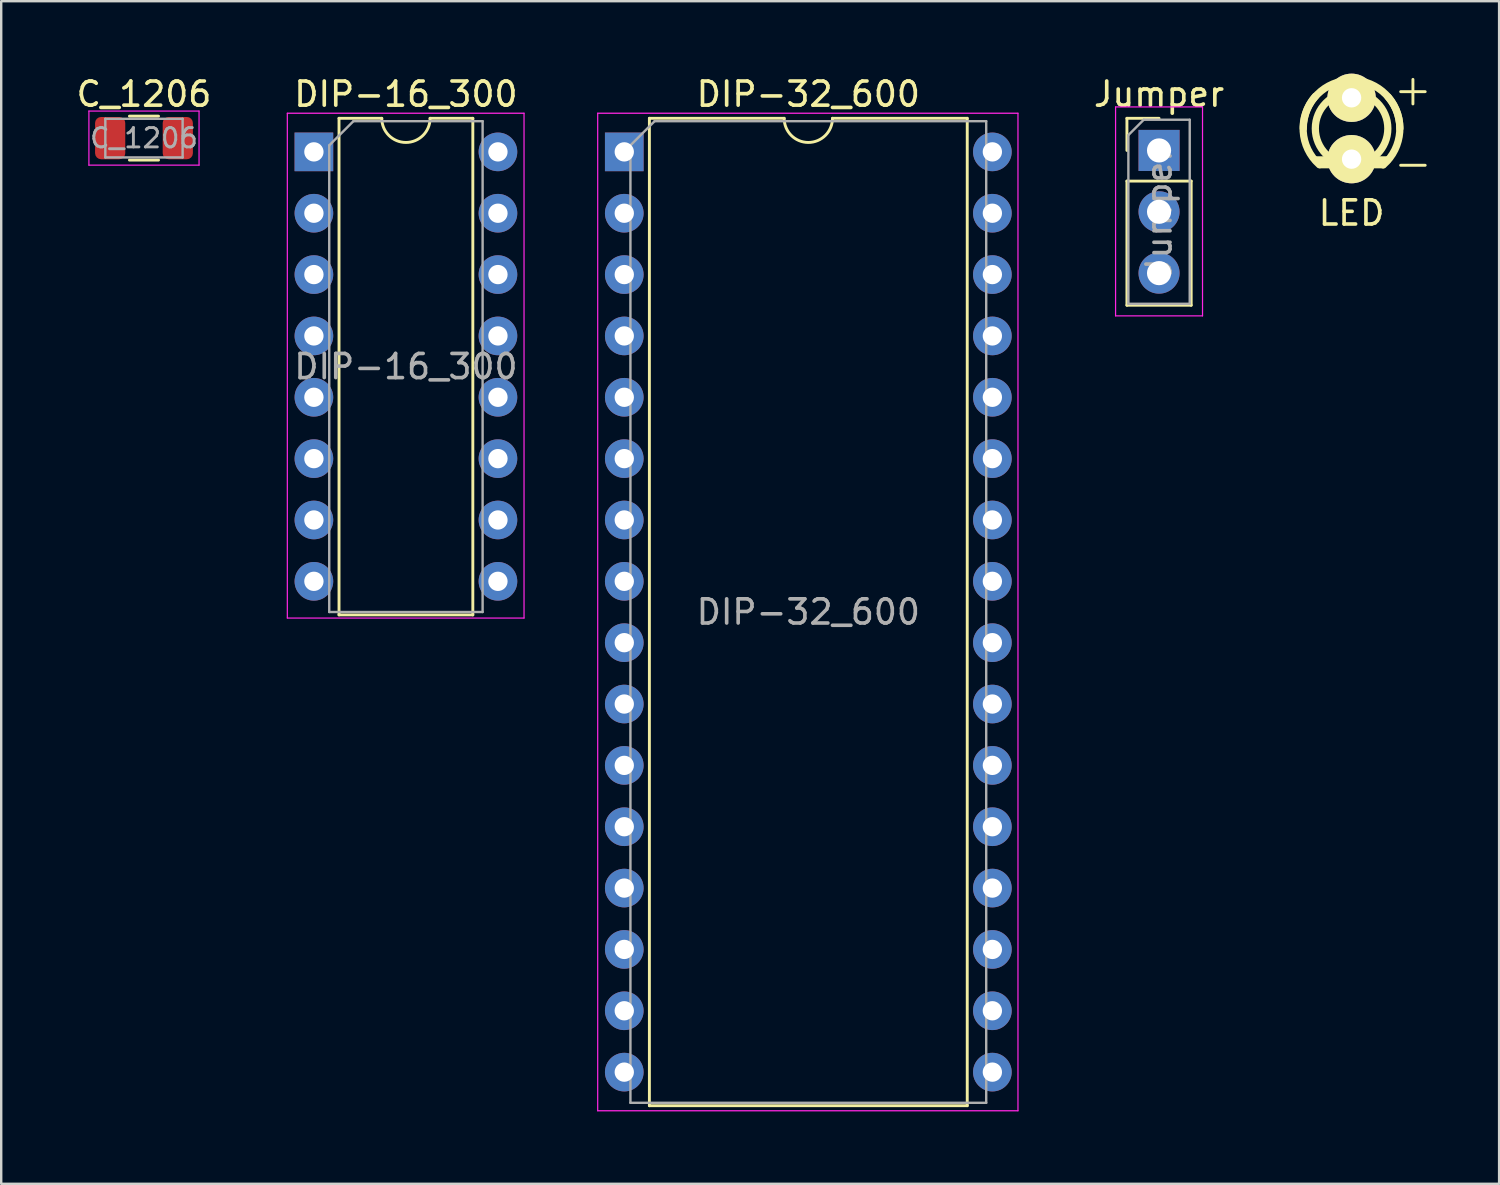
<source format=kicad_pcb>
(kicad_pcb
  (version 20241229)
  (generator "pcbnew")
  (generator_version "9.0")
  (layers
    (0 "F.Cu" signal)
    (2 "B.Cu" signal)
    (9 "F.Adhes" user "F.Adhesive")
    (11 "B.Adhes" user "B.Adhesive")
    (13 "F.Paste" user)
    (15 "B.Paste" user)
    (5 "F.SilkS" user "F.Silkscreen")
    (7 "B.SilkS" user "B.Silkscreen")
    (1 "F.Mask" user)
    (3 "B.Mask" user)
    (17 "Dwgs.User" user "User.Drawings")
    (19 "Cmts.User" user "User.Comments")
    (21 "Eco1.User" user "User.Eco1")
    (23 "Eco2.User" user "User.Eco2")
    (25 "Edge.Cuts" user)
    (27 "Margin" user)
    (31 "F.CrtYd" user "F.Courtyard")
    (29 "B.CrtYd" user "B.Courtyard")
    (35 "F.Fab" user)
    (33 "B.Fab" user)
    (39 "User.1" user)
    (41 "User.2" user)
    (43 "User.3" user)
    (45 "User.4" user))
  (footprint "Jumper"
    (layer "F.Cu")
    (at 44.937 3.178)
    (property "Reference" "Jumper" (at 0 -2.33 0) (layer "F.SilkS") (effects (font (size 1 1) (thickness 0.15))))
    (attr through_hole)
    (fp_line (start -1.33 -1.33) (end 0 -1.33) (stroke (width 0.12) (type solid)) (layer "F.SilkS"))
    (fp_line (start -1.33 0) (end -1.33 -1.33) (stroke (width 0.12) (type solid)) (layer "F.SilkS"))
    (fp_line (start -1.33 1.27) (end -1.33 6.41) (stroke (width 0.12) (type solid)) (layer "F.SilkS"))
    (fp_line (start -1.33 1.27) (end 1.33 1.27) (stroke (width 0.12) (type solid)) (layer "F.SilkS"))
    (fp_line (start -1.33 6.41) (end 1.33 6.41) (stroke (width 0.12) (type solid)) (layer "F.SilkS"))
    (fp_line (start 1.33 1.27) (end 1.33 6.41) (stroke (width 0.12) (type solid)) (layer "F.SilkS"))
    (fp_line (start -1.8 -1.8) (end -1.8 6.85) (stroke (width 0.05) (type solid)) (layer "F.CrtYd"))
    (fp_line (start -1.8 6.85) (end 1.8 6.85) (stroke (width 0.05) (type solid)) (layer "F.CrtYd"))
    (fp_line (start 1.8 -1.8) (end -1.8 -1.8) (stroke (width 0.05) (type solid)) (layer "F.CrtYd"))
    (fp_line (start 1.8 6.85) (end 1.8 -1.8) (stroke (width 0.05) (type solid)) (layer "F.CrtYd"))
    (fp_line (start -1.27 -0.635) (end -0.635 -1.27) (stroke (width 0.1) (type solid)) (layer "F.Fab"))
    (fp_line (start -1.27 6.35) (end -1.27 -0.635) (stroke (width 0.1) (type solid)) (layer "F.Fab"))
    (fp_line (start -0.635 -1.27) (end 1.27 -1.27) (stroke (width 0.1) (type solid)) (layer "F.Fab"))
    (fp_line (start 1.27 -1.27) (end 1.27 6.35) (stroke (width 0.1) (type solid)) (layer "F.Fab"))
    (fp_line (start 1.27 6.35) (end -1.27 6.35) (stroke (width 0.1) (type solid)) (layer "F.Fab"))
    (fp_text user "${REFERENCE}" (at 0 2.54 90) (layer "F.Fab") (effects (font (size 1 1) (thickness 0.15))))
    (pad "1" thru_hole rect (at 0 0) (size 1.7 1.7) (drill 1) (layers "*.Cu" "*.Mask"))
    (pad "2" thru_hole oval (at 0 2.54) (size 1.7 1.7) (drill 1) (layers "*.Cu" "*.Mask"))
    (pad "3" thru_hole oval (at 0 5.08) (size 1.7 1.7) (drill 1) (layers "*.Cu" "*.Mask")))
  (footprint "DIP-16_300"
    (layer "F.Cu")
    (at 9.946 3.238)
    (property "Reference" "DIP-16_300" (at 3.81 -2.39 0) (layer "F.SilkS") (effects (font (size 1 1) (thickness 0.15))))
    (attr through_hole)
    (fp_line (start 1.04 -1.39) (end 1.04 19.17) (stroke (width 0.12) (type solid)) (layer "F.SilkS"))
    (fp_line (start 1.04 19.17) (end 6.58 19.17) (stroke (width 0.12) (type solid)) (layer "F.SilkS"))
    (fp_line (start 2.81 -1.39) (end 1.04 -1.39) (stroke (width 0.12) (type solid)) (layer "F.SilkS"))
    (fp_line (start 6.58 -1.39) (end 4.81 -1.39) (stroke (width 0.12) (type solid)) (layer "F.SilkS"))
    (fp_line (start 6.58 19.17) (end 6.58 -1.39) (stroke (width 0.12) (type solid)) (layer "F.SilkS"))
    (fp_arc (start 4.81 -1.39) (mid 3.81 -0.39) (end 2.81 -1.39) (stroke (width 0.12) (type solid)) (layer "F.SilkS"))
    (fp_line (start -1.1 -1.6) (end -1.1 19.3) (stroke (width 0.05) (type solid)) (layer "F.CrtYd"))
    (fp_line (start -1.1 19.3) (end 8.7 19.3) (stroke (width 0.05) (type solid)) (layer "F.CrtYd"))
    (fp_line (start 8.7 -1.6) (end -1.1 -1.6) (stroke (width 0.05) (type solid)) (layer "F.CrtYd"))
    (fp_line (start 8.7 19.3) (end 8.7 -1.6) (stroke (width 0.05) (type solid)) (layer "F.CrtYd"))
    (fp_line (start 0.635 -0.27) (end 1.635 -1.27) (stroke (width 0.1) (type solid)) (layer "F.Fab"))
    (fp_line (start 0.635 19.05) (end 0.635 -0.27) (stroke (width 0.1) (type solid)) (layer "F.Fab"))
    (fp_line (start 1.635 -1.27) (end 6.985 -1.27) (stroke (width 0.1) (type solid)) (layer "F.Fab"))
    (fp_line (start 6.985 -1.27) (end 6.985 19.05) (stroke (width 0.1) (type solid)) (layer "F.Fab"))
    (fp_line (start 6.985 19.05) (end 0.635 19.05) (stroke (width 0.1) (type solid)) (layer "F.Fab"))
    (fp_text user "${REFERENCE}" (at 3.81 8.89 0) (layer "F.Fab") (effects (font (size 1 1) (thickness 0.15))))
    (pad "1" thru_hole rect (at 0 0) (size 1.6 1.6) (drill 0.8) (layers "*.Cu" "*.Mask"))
    (pad "2" thru_hole oval (at 0 2.54) (size 1.6 1.6) (drill 0.8) (layers "*.Cu" "*.Mask"))
    (pad "3" thru_hole oval (at 0 5.08) (size 1.6 1.6) (drill 0.8) (layers "*.Cu" "*.Mask"))
    (pad "4" thru_hole oval (at 0 7.62) (size 1.6 1.6) (drill 0.8) (layers "*.Cu" "*.Mask"))
    (pad "5" thru_hole oval (at 0 10.16) (size 1.6 1.6) (drill 0.8) (layers "*.Cu" "*.Mask"))
    (pad "6" thru_hole oval (at 0 12.7) (size 1.6 1.6) (drill 0.8) (layers "*.Cu" "*.Mask"))
    (pad "7" thru_hole oval (at 0 15.24) (size 1.6 1.6) (drill 0.8) (layers "*.Cu" "*.Mask"))
    (pad "8" thru_hole oval (at 0 17.78) (size 1.6 1.6) (drill 0.8) (layers "*.Cu" "*.Mask"))
    (pad "9" thru_hole oval (at 7.62 17.78) (size 1.6 1.6) (drill 0.8) (layers "*.Cu" "*.Mask"))
    (pad "10" thru_hole oval (at 7.62 15.24) (size 1.6 1.6) (drill 0.8) (layers "*.Cu" "*.Mask"))
    (pad "11" thru_hole oval (at 7.62 12.7) (size 1.6 1.6) (drill 0.8) (layers "*.Cu" "*.Mask"))
    (pad "12" thru_hole oval (at 7.62 10.16) (size 1.6 1.6) (drill 0.8) (layers "*.Cu" "*.Mask"))
    (pad "13" thru_hole oval (at 7.62 7.62) (size 1.6 1.6) (drill 0.8) (layers "*.Cu" "*.Mask"))
    (pad "14" thru_hole oval (at 7.62 5.08) (size 1.6 1.6) (drill 0.8) (layers "*.Cu" "*.Mask"))
    (pad "15" thru_hole oval (at 7.62 2.54) (size 1.6 1.6) (drill 0.8) (layers "*.Cu" "*.Mask"))
    (pad "16" thru_hole oval (at 7.62 0) (size 1.6 1.6) (drill 0.8) (layers "*.Cu" "*.Mask")))
  (footprint "LED"
    (layer "F.Cu")
    (at 52.908 2.269)
    (property "Reference" "LED" (at 0 3.5 0) (layer "F.SilkS") (effects (font (size 1 1) (thickness 0.15))))
    (attr through_hole)
    (fp_line (start -1.501 1.3) (end 1.501 1.3) (stroke (width 0.3) (type solid)) (layer "F.SilkS"))
    (fp_line (start -1.3 1.501) (end 1.3 1.501) (stroke (width 0.3) (type solid)) (layer "F.SilkS"))
    (fp_line (start 2.032 -1.524) (end 3.048 -1.524) (stroke (width 0.12) (type solid)) (layer "F.SilkS"))
    (fp_line (start 2.032 1.524) (end 3.048 1.524) (stroke (width 0.12) (type solid)) (layer "F.SilkS"))
    (fp_line (start 2.54 -2.032) (end 2.54 -1.016) (stroke (width 0.12) (type solid)) (layer "F.SilkS"))
    (fp_arc (start -1.99898 0) (mid -1.413492 -1.413492) (end 0 -1.99898) (stroke (width 0.29972) (type solid)) (layer "F.SilkS"))
    (fp_arc (start -1.33096 1.50114) (mid -2.002597 0.120335) (end -1.50114 -1.33096) (stroke (width 0.29972) (type solid)) (layer "F.SilkS"))
    (fp_arc (start 0 -1.99898) (mid 1.413492 -1.413492) (end 1.99898 0) (stroke (width 0.29972) (type solid)) (layer "F.SilkS"))
    (fp_arc (start 1.50876 -1.31064) (mid 1.993617 0.140092) (end 1.31064 1.50876) (stroke (width 0.29972) (type solid)) (layer "F.SilkS"))
    (fp_circle (center 0 0) (end -1.501 0) (stroke (width 0.3) (type solid)) (fill no) (layer "F.SilkS"))
    (pad "1" thru_hole circle (at 0 -1.27) (size 1.999 1.999) (drill 0.8) (layers "*.Cu" "*.Mask" "F.SilkS"))
    (pad "2" thru_hole circle (at 0 1.27) (size 1.999 1.999) (drill 0.8) (layers "*.Cu" "*.Mask" "F.SilkS")))
  (footprint "C_1206"
    (layer "F.Cu")
    (at 2.911 2.668)
    (property "Reference" "C_1206" (at 0 -1.82 0) (layer "F.SilkS") (effects (font (size 1 1) (thickness 0.15))))
    (attr smd)
    (fp_line (start -0.602 -0.91) (end 0.602 -0.91) (stroke (width 0.12) (type solid)) (layer "F.SilkS"))
    (fp_line (start -0.602 0.91) (end 0.602 0.91) (stroke (width 0.12) (type solid)) (layer "F.SilkS"))
    (fp_line (start -2.28 -1.12) (end 2.28 -1.12) (stroke (width 0.05) (type solid)) (layer "F.CrtYd"))
    (fp_line (start -2.28 1.12) (end -2.28 -1.12) (stroke (width 0.05) (type solid)) (layer "F.CrtYd"))
    (fp_line (start 2.28 -1.12) (end 2.28 1.12) (stroke (width 0.05) (type solid)) (layer "F.CrtYd"))
    (fp_line (start 2.28 1.12) (end -2.28 1.12) (stroke (width 0.05) (type solid)) (layer "F.CrtYd"))
    (fp_line (start -1.6 -0.8) (end 1.6 -0.8) (stroke (width 0.1) (type solid)) (layer "F.Fab"))
    (fp_line (start -1.6 0.8) (end -1.6 -0.8) (stroke (width 0.1) (type solid)) (layer "F.Fab"))
    (fp_line (start 1.6 -0.8) (end 1.6 0.8) (stroke (width 0.1) (type solid)) (layer "F.Fab"))
    (fp_line (start 1.6 0.8) (end -1.6 0.8) (stroke (width 0.1) (type solid)) (layer "F.Fab"))
    (fp_text user "${REFERENCE}" (at 0 0 0) (layer "F.Fab") (effects (font (size 0.8 0.8) (thickness 0.12))))
    (pad "1" smd roundrect (at -1.4 0) (size 1.25 1.75) (layers "F.Cu" "F.Mask" "F.Paste") (roundrect_rratio 0.2))
    (pad "2" smd roundrect (at 1.4 0) (size 1.25 1.75) (layers "F.Cu" "F.Mask" "F.Paste") (roundrect_rratio 0.2)))
  (footprint "DIP-32_600"
    (layer "F.Cu")
    (at 22.796 3.238)
    (property "Reference" "DIP-32_600" (at 7.62 -2.39 0) (layer "F.SilkS") (effects (font (size 1 1) (thickness 0.15))))
    (attr through_hole)
    (fp_line (start 1.04 -1.39) (end 1.04 39.49) (stroke (width 0.12) (type solid)) (layer "F.SilkS"))
    (fp_line (start 1.04 39.49) (end 14.2 39.49) (stroke (width 0.12) (type solid)) (layer "F.SilkS"))
    (fp_line (start 6.62 -1.39) (end 1.04 -1.39) (stroke (width 0.12) (type solid)) (layer "F.SilkS"))
    (fp_line (start 14.2 -1.39) (end 8.62 -1.39) (stroke (width 0.12) (type solid)) (layer "F.SilkS"))
    (fp_line (start 14.2 39.49) (end 14.2 -1.39) (stroke (width 0.12) (type solid)) (layer "F.SilkS"))
    (fp_arc (start 8.62 -1.39) (mid 7.62 -0.39) (end 6.62 -1.39) (stroke (width 0.12) (type solid)) (layer "F.SilkS"))
    (fp_line (start -1.1 -1.6) (end -1.1 39.7) (stroke (width 0.05) (type solid)) (layer "F.CrtYd"))
    (fp_line (start -1.1 39.7) (end 16.3 39.7) (stroke (width 0.05) (type solid)) (layer "F.CrtYd"))
    (fp_line (start 16.3 -1.6) (end -1.1 -1.6) (stroke (width 0.05) (type solid)) (layer "F.CrtYd"))
    (fp_line (start 16.3 39.7) (end 16.3 -1.6) (stroke (width 0.05) (type solid)) (layer "F.CrtYd"))
    (fp_line (start 0.255 -0.27) (end 1.255 -1.27) (stroke (width 0.1) (type solid)) (layer "F.Fab"))
    (fp_line (start 0.255 39.37) (end 0.255 -0.27) (stroke (width 0.1) (type solid)) (layer "F.Fab"))
    (fp_line (start 1.255 -1.27) (end 14.985 -1.27) (stroke (width 0.1) (type solid)) (layer "F.Fab"))
    (fp_line (start 14.985 -1.27) (end 14.985 39.37) (stroke (width 0.1) (type solid)) (layer "F.Fab"))
    (fp_line (start 14.985 39.37) (end 0.255 39.37) (stroke (width 0.1) (type solid)) (layer "F.Fab"))
    (fp_text user "${REFERENCE}" (at 7.62 19.05 0) (layer "F.Fab") (effects (font (size 1 1) (thickness 0.15))))
    (pad "1" thru_hole rect (at 0 0) (size 1.6 1.6) (drill 0.8) (layers "*.Cu" "*.Mask"))
    (pad "2" thru_hole oval (at 0 2.54) (size 1.6 1.6) (drill 0.8) (layers "*.Cu" "*.Mask"))
    (pad "3" thru_hole oval (at 0 5.08) (size 1.6 1.6) (drill 0.8) (layers "*.Cu" "*.Mask"))
    (pad "4" thru_hole oval (at 0 7.62) (size 1.6 1.6) (drill 0.8) (layers "*.Cu" "*.Mask"))
    (pad "5" thru_hole oval (at 0 10.16) (size 1.6 1.6) (drill 0.8) (layers "*.Cu" "*.Mask"))
    (pad "6" thru_hole oval (at 0 12.7) (size 1.6 1.6) (drill 0.8) (layers "*.Cu" "*.Mask"))
    (pad "7" thru_hole oval (at 0 15.24) (size 1.6 1.6) (drill 0.8) (layers "*.Cu" "*.Mask"))
    (pad "8" thru_hole oval (at 0 17.78) (size 1.6 1.6) (drill 0.8) (layers "*.Cu" "*.Mask"))
    (pad "9" thru_hole oval (at 0 20.32) (size 1.6 1.6) (drill 0.8) (layers "*.Cu" "*.Mask"))
    (pad "10" thru_hole oval (at 0 22.86) (size 1.6 1.6) (drill 0.8) (layers "*.Cu" "*.Mask"))
    (pad "11" thru_hole oval (at 0 25.4) (size 1.6 1.6) (drill 0.8) (layers "*.Cu" "*.Mask"))
    (pad "12" thru_hole oval (at 0 27.94) (size 1.6 1.6) (drill 0.8) (layers "*.Cu" "*.Mask"))
    (pad "13" thru_hole oval (at 0 30.48) (size 1.6 1.6) (drill 0.8) (layers "*.Cu" "*.Mask"))
    (pad "14" thru_hole oval (at 0 33.02) (size 1.6 1.6) (drill 0.8) (layers "*.Cu" "*.Mask"))
    (pad "15" thru_hole oval (at 0 35.56) (size 1.6 1.6) (drill 0.8) (layers "*.Cu" "*.Mask"))
    (pad "16" thru_hole oval (at 0 38.1) (size 1.6 1.6) (drill 0.8) (layers "*.Cu" "*.Mask"))
    (pad "17" thru_hole oval (at 15.24 38.1) (size 1.6 1.6) (drill 0.8) (layers "*.Cu" "*.Mask"))
    (pad "18" thru_hole oval (at 15.24 35.56) (size 1.6 1.6) (drill 0.8) (layers "*.Cu" "*.Mask"))
    (pad "19" thru_hole oval (at 15.24 33.02) (size 1.6 1.6) (drill 0.8) (layers "*.Cu" "*.Mask"))
    (pad "20" thru_hole oval (at 15.24 30.48) (size 1.6 1.6) (drill 0.8) (layers "*.Cu" "*.Mask"))
    (pad "21" thru_hole oval (at 15.24 27.94) (size 1.6 1.6) (drill 0.8) (layers "*.Cu" "*.Mask"))
    (pad "22" thru_hole oval (at 15.24 25.4) (size 1.6 1.6) (drill 0.8) (layers "*.Cu" "*.Mask"))
    (pad "23" thru_hole oval (at 15.24 22.86) (size 1.6 1.6) (drill 0.8) (layers "*.Cu" "*.Mask"))
    (pad "24" thru_hole oval (at 15.24 20.32) (size 1.6 1.6) (drill 0.8) (layers "*.Cu" "*.Mask"))
    (pad "25" thru_hole oval (at 15.24 17.78) (size 1.6 1.6) (drill 0.8) (layers "*.Cu" "*.Mask"))
    (pad "26" thru_hole oval (at 15.24 15.24) (size 1.6 1.6) (drill 0.8) (layers "*.Cu" "*.Mask"))
    (pad "27" thru_hole oval (at 15.24 12.7) (size 1.6 1.6) (drill 0.8) (layers "*.Cu" "*.Mask"))
    (pad "28" thru_hole oval (at 15.24 10.16) (size 1.6 1.6) (drill 0.8) (layers "*.Cu" "*.Mask"))
    (pad "29" thru_hole oval (at 15.24 7.62) (size 1.6 1.6) (drill 0.8) (layers "*.Cu" "*.Mask"))
    (pad "30" thru_hole oval (at 15.24 5.08) (size 1.6 1.6) (drill 0.8) (layers "*.Cu" "*.Mask"))
    (pad "31" thru_hole oval (at 15.24 2.54) (size 1.6 1.6) (drill 0.8) (layers "*.Cu" "*.Mask"))
    (pad "32" thru_hole oval (at 15.24 0) (size 1.6 1.6) (drill 0.8) (layers "*.Cu" "*.Mask")))
  (gr_rect
    (start -3 -3)
    (end 59.016 45.963)
    (stroke (width 0.1) (type default))
    (fill no)
    (layer "Edge.Cuts")))
</source>
